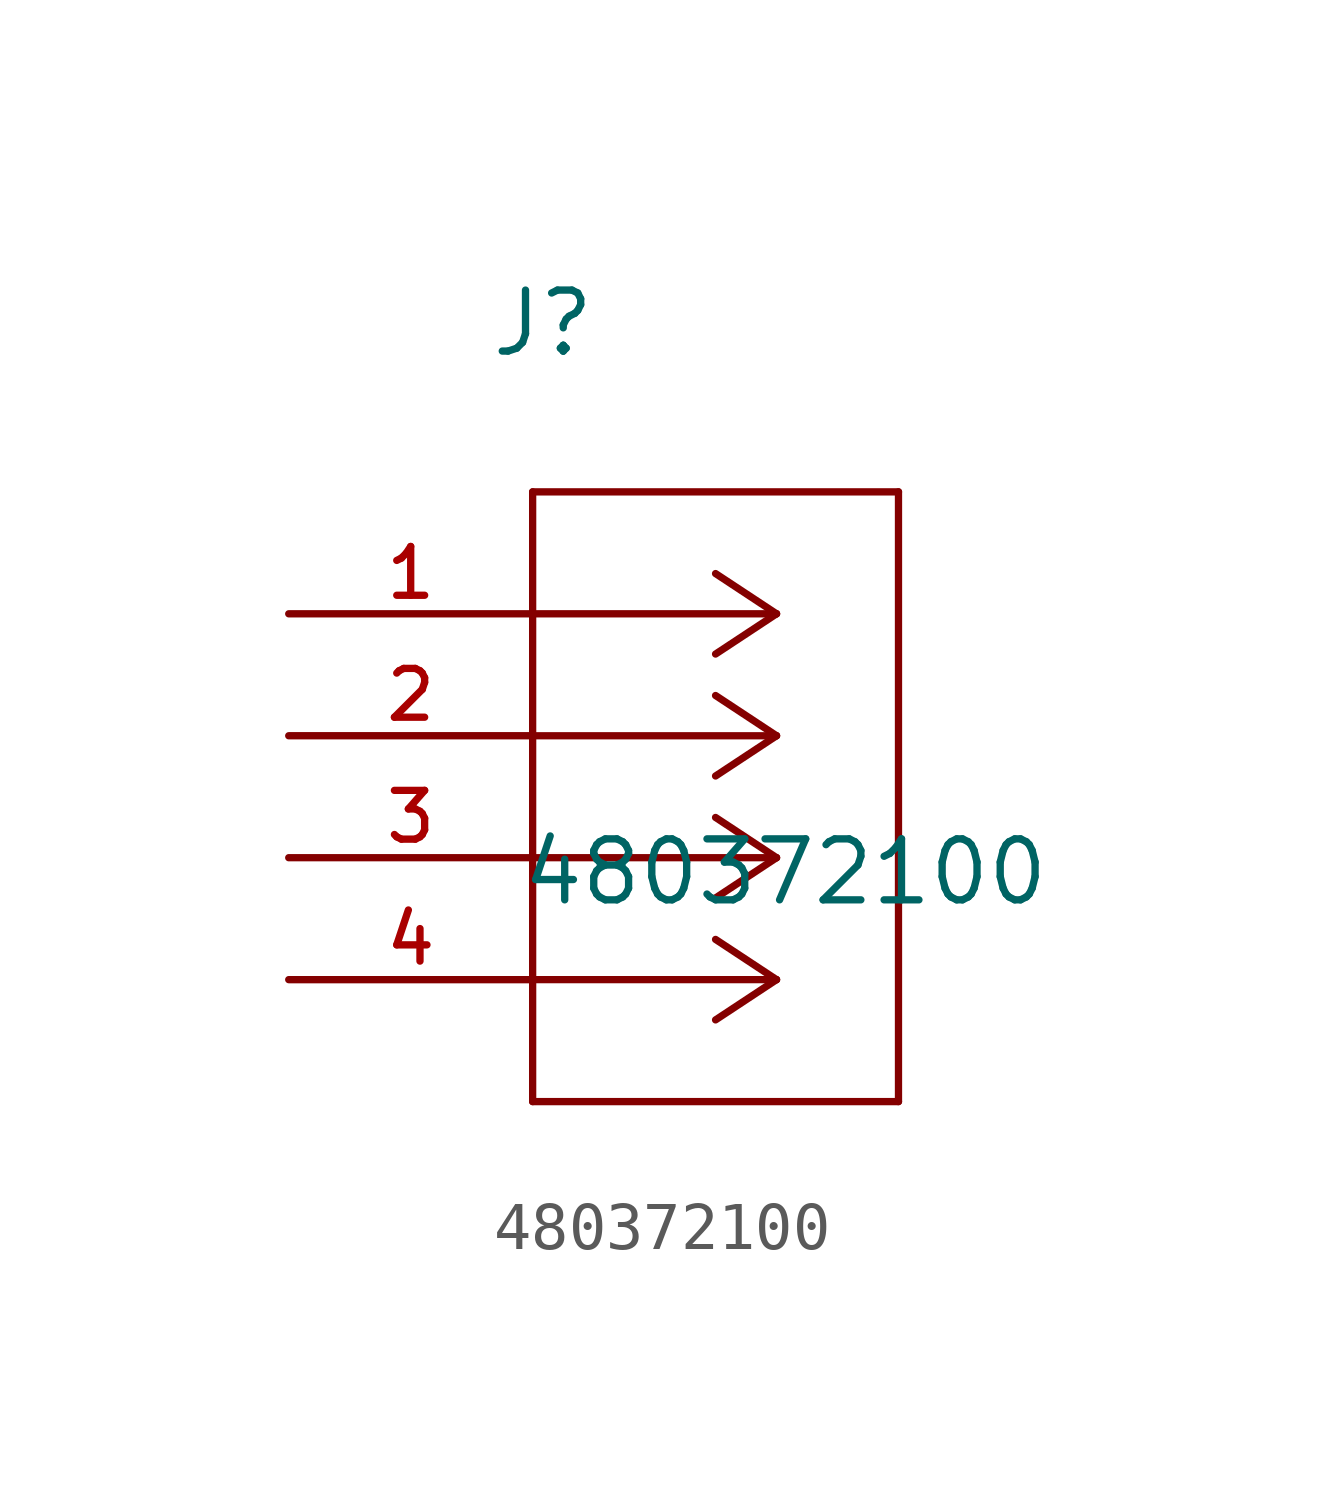
<source format=kicad_sym>
(kicad_symbol_lib
  (version 20211014)
  (generator kicad_symbol_editor)
  (symbol "480372100"
    (pin_names
      (offset 1.016))
    (property "Reference" "J"
      (at 4.166 5.309 0.0)
      (effects (font (size 1.27 1.27)) (justify bottom left)))
    (property "Value" "480372100"
      (at 4.801 -6.121 0.0)
      (effects (font (size 1.27 1.27)) (justify bottom left)))
    (symbol "480372100_0_0"
      (polyline (pts (xy 10.16 0.0) (xy 5.08 0.0)) (stroke (width 0.152)))
      (polyline (pts (xy 10.16 -2.54) (xy 5.08 -2.54)) (stroke (width 0.152)))
      (polyline (pts (xy 10.16 -5.08) (xy 5.08 -5.08)) (stroke (width 0.152)))
      (polyline (pts (xy 10.16 -7.62) (xy 5.08 -7.62)) (stroke (width 0.152)))
      (polyline (pts (xy 10.16 0.0) (xy 8.89 0.838)) (stroke (width 0.152)))
      (polyline (pts (xy 10.16 -2.54) (xy 8.89 -1.702)) (stroke (width 0.152)))
      (polyline (pts (xy 10.16 -5.08) (xy 8.89 -4.242)) (stroke (width 0.152)))
      (polyline (pts (xy 10.16 -7.62) (xy 8.89 -6.782)) (stroke (width 0.152)))
      (polyline (pts (xy 10.16 0.0) (xy 8.89 -0.838)) (stroke (width 0.152)))
      (polyline (pts (xy 10.16 -2.54) (xy 8.89 -3.378)) (stroke (width 0.152)))
      (polyline (pts (xy 10.16 -5.08) (xy 8.89 -5.918)) (stroke (width 0.152)))
      (polyline (pts (xy 10.16 -7.62) (xy 8.89 -8.458)) (stroke (width 0.152)))
      (polyline (pts (xy 5.08 2.54) (xy 5.08 -10.16)) (stroke (width 0.152)))
      (polyline (pts (xy 5.08 -10.16) (xy 12.7 -10.16)) (stroke (width 0.152)))
      (polyline (pts (xy 12.7 -10.16) (xy 12.7 2.54)) (stroke (width 0.152)))
      (polyline (pts (xy 12.7 2.54) (xy 5.08 2.54)) (stroke (width 0.152)))
      (pin passive line (at 0.0 0.0 0) (length 5.08) (name "~" (effects (font (size 1.016 1.016)))) (number "1" (effects (font (size 1.016 1.016)))))
      (pin passive line (at 0.0 -2.54 0) (length 5.08) (name "~" (effects (font (size 1.016 1.016)))) (number "2" (effects (font (size 1.016 1.016)))))
      (pin passive line (at 0.0 -5.08 0) (length 5.08) (name "~" (effects (font (size 1.016 1.016)))) (number "3" (effects (font (size 1.016 1.016)))))
      (pin passive line (at 0.0 -7.62 0) (length 5.08) (name "~" (effects (font (size 1.016 1.016)))) (number "4" (effects (font (size 1.016 1.016))))))))
</source>
